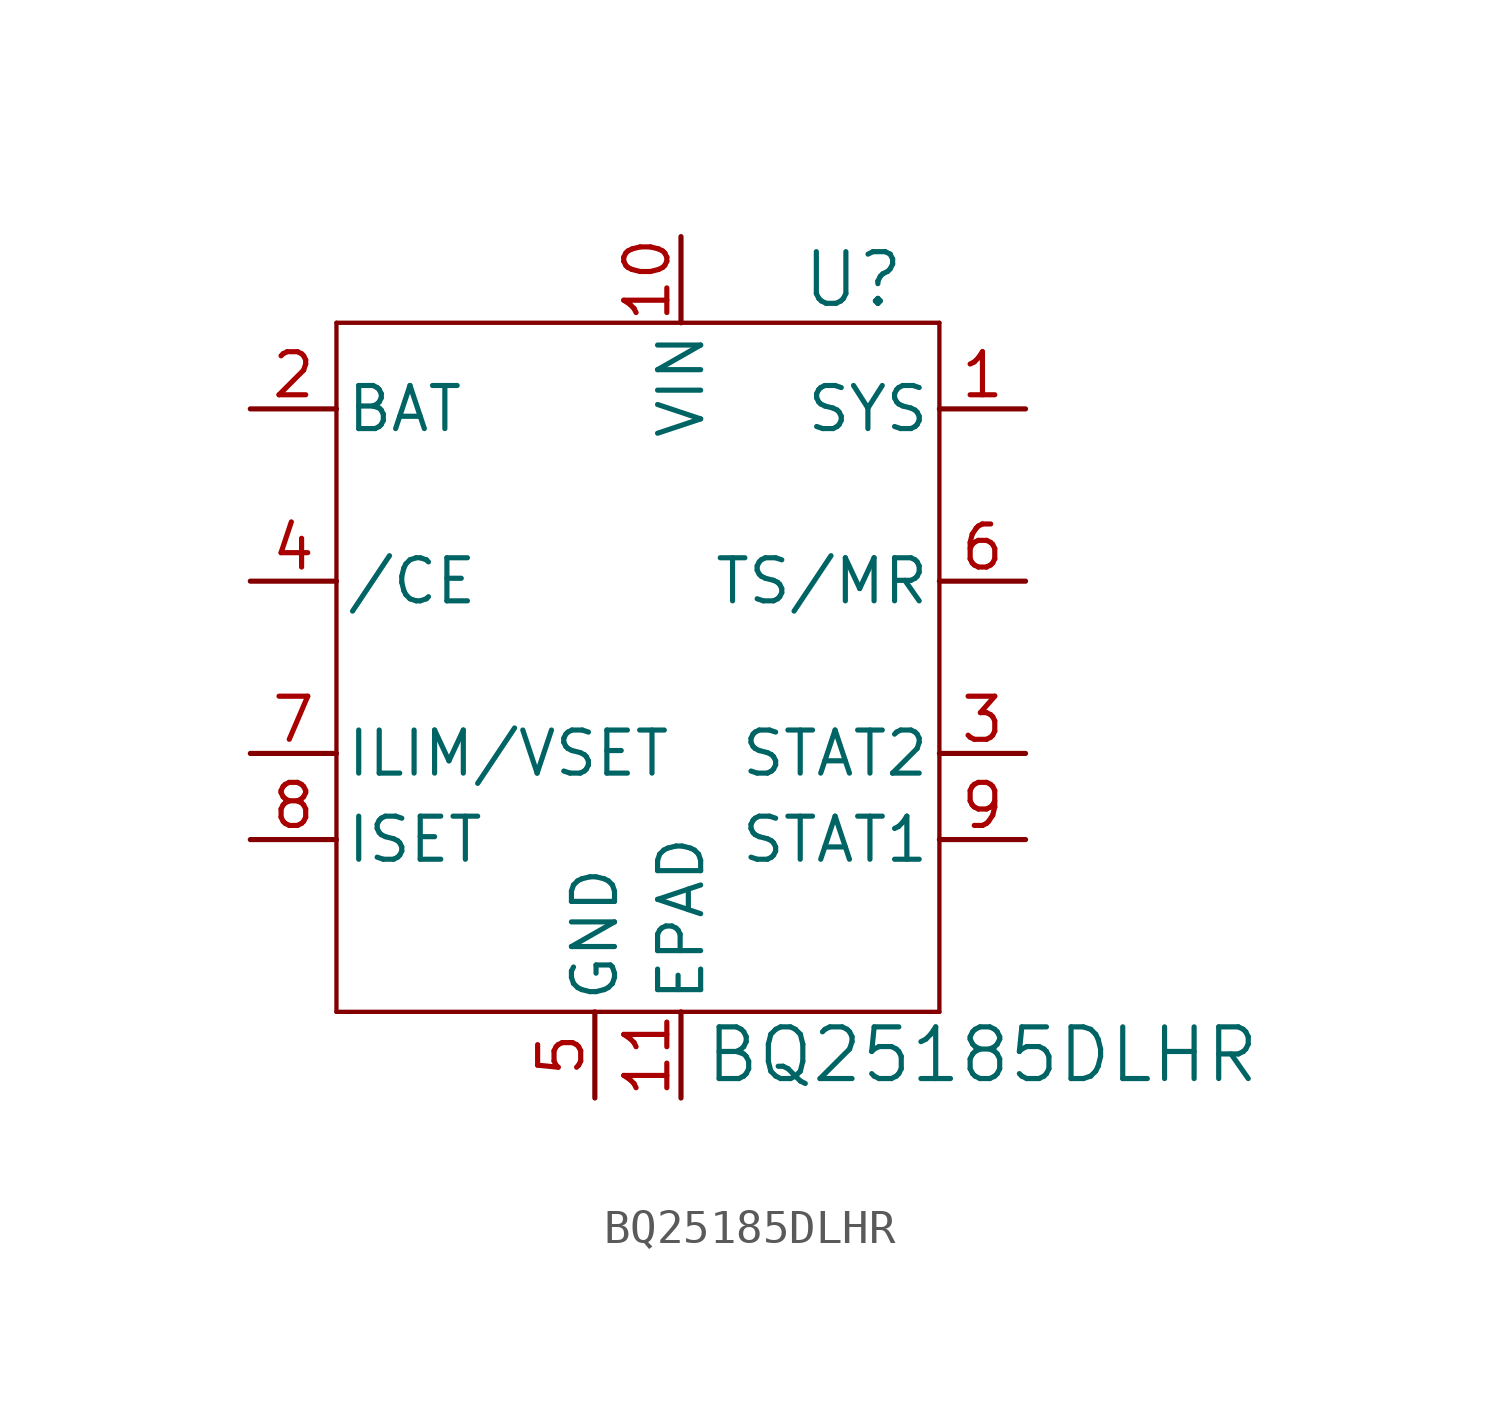
<source format=kicad_sym>
(kicad_symbol_lib
  (version 20231120)
  (generator "kicad_symbol_editor")
  (generator_version "8.0")
  (symbol "BQ25185DLHR"
    (pin_names
      (offset 0.254))
    (property "Reference" "U"
      (at 15.24 21.59 0)
      (effects (font (size 1.524 1.524))))
    (property "Value" "BQ25185DLHR"
      (at 19.05 -1.27 0)
      (effects (font (size 1.524 1.524))))
    (property "ki_locked" ""
      (at 0 0 0)
      (effects (font (size 1.27 1.27))))
    (symbol "BQ25185DLHR_0_1"
      (polyline (pts (xy 0 0) (xy 17.78 0)) (stroke (width 0.127) (type default)) (fill (type none)))
      (polyline (pts (xy 0 20.32) (xy 0 0)) (stroke (width 0.127) (type default)) (fill (type none)))
      (polyline (pts (xy 17.78 20.32) (xy 0 20.32)) (stroke (width 0.127) (type default)) (fill (type none)))
      (polyline (pts (xy 17.78 20.32) (xy 17.78 0)) (stroke (width 0.127) (type default)) (fill (type none)))
      (pin power_in line (at 20.32 17.78 180) (length 2.54) (name "SYS" (effects (font (size 1.27 1.27)))) (number "1" (effects (font (size 1.27 1.27)))))
      (pin power_in line (at -2.54 17.78 0) (length 2.54) (name "BAT" (effects (font (size 1.27 1.27)))) (number "2" (effects (font (size 1.27 1.27)))))
      (pin output line (at 20.32 7.62 180) (length 2.54) (name "STAT2" (effects (font (size 1.27 1.27)))) (number "3" (effects (font (size 1.27 1.27)))))
      (pin input line (at -2.54 12.7 0) (length 2.54) (name "/CE" (effects (font (size 1.27 1.27)))) (number "4" (effects (font (size 1.27 1.27)))))
      (pin power_out line (at 7.62 -2.54 90) (length 2.54) (name "GND" (effects (font (size 1.27 1.27)))) (number "5" (effects (font (size 1.27 1.27)))))
      (pin bidirectional line (at 20.32 12.7 180) (length 2.54) (name "TS/MR" (effects (font (size 1.27 1.27)))) (number "6" (effects (font (size 1.27 1.27)))))
      (pin bidirectional line (at -2.54 7.62 0) (length 2.54) (name "ILIM/VSET" (effects (font (size 1.27 1.27)))) (number "7" (effects (font (size 1.27 1.27)))))
      (pin bidirectional line (at -2.54 5.08 0) (length 2.54) (name "ISET" (effects (font (size 1.27 1.27)))) (number "8" (effects (font (size 1.27 1.27)))))
      (pin output line (at 20.32 5.08 180) (length 2.54) (name "STAT1" (effects (font (size 1.27 1.27)))) (number "9" (effects (font (size 1.27 1.27))))))
    (symbol "BQ25185DLHR_1_1"
      (pin input line (at 10.16 22.86 270) (length 2.54) (name "VIN" (effects (font (size 1.27 1.27)))) (number "10" (effects (font (size 1.27 1.27)))))
      (pin passive line (at 10.16 -2.54 90) (length 2.54) (name "EPAD" (effects (font (size 1.27 1.27)))) (number "11" (effects (font (size 1.27 1.27))))))))
</source>
